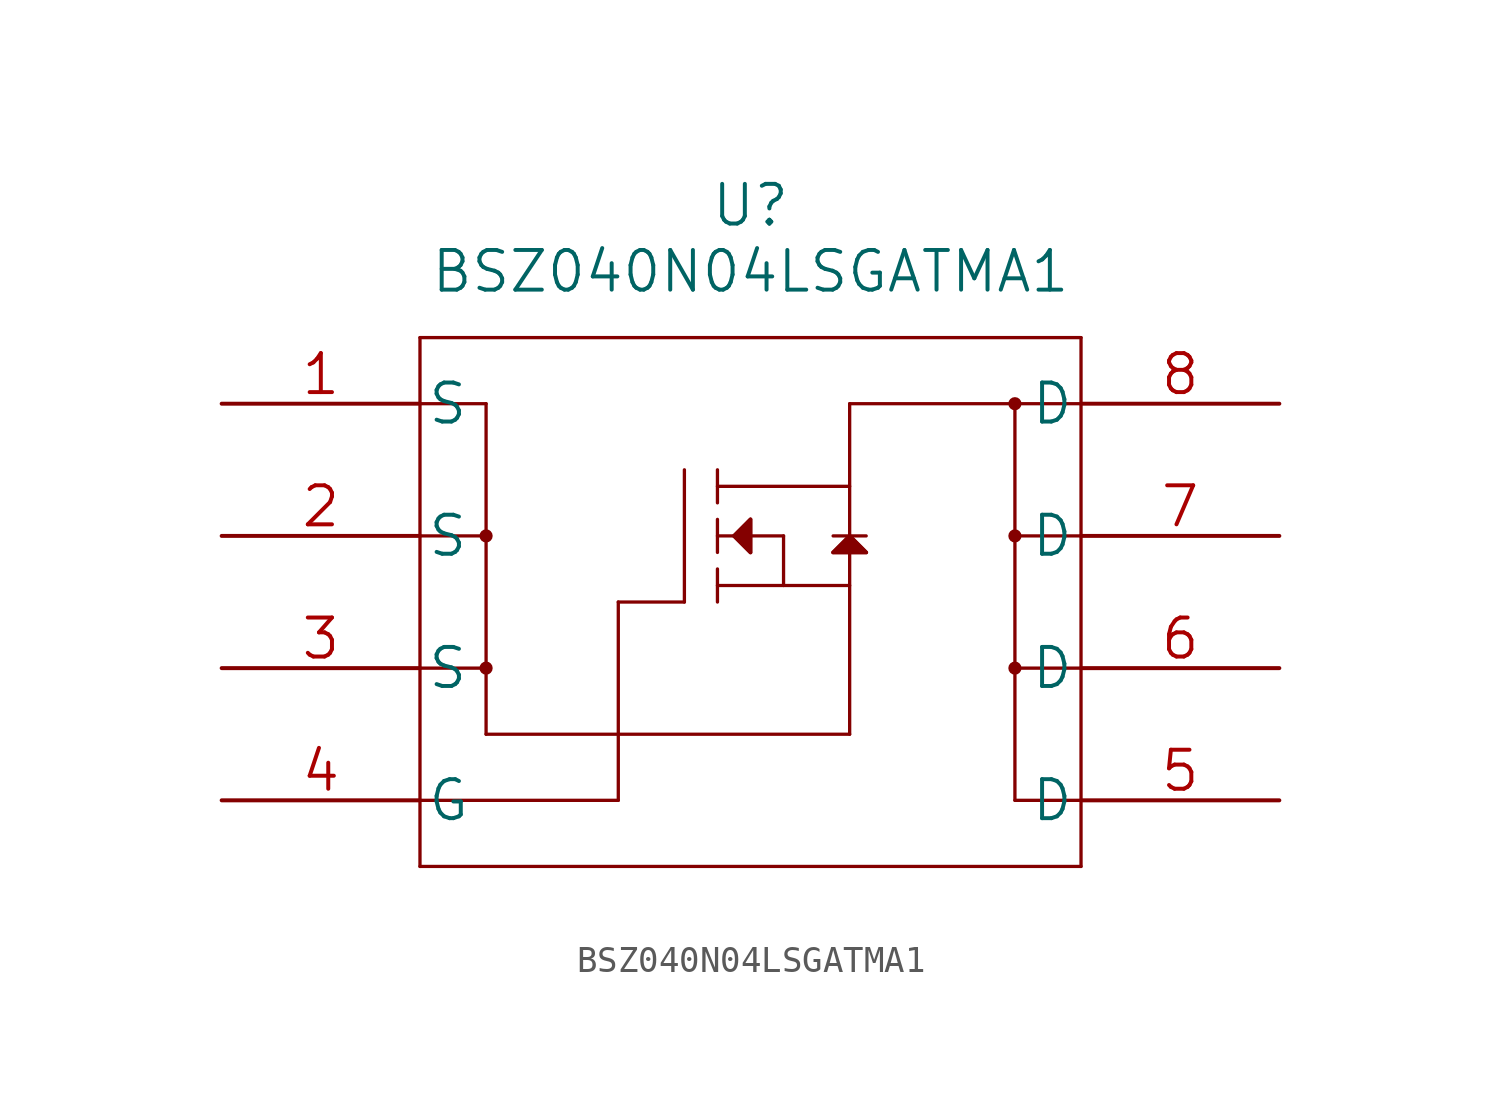
<source format=kicad_sym>
(kicad_symbol_lib
  (version 20201005)
  (generator kicad_symbol_editor)
  (symbol "BSZ040N04LSGATMA1"
    (pin_names
      (offset 0.254))
    (property "Reference" "U"
      (at 20.32 7.62 0)
      (effects (font (size 1.524 1.524))))
    (property "Value" "BSZ040N04LSGATMA1"
      (at 20.32 5.08 0)
      (effects (font (size 1.524 1.524))))
    (property "Datasheet" ""
      (at 0 0 0)
      (effects (font (size 1.524 1.524))))
    (property "ki_locked" ""
      (at 0 0 0)
      (effects (font (size 1.27 1.27))))
    (symbol "BSZ040N04LSGATMA1_1_1"
      (arc (start 10.16 -10.033) (end 10.16 -10.033) (radius (at 10.16 -10.16) (length 0.127) (angles 90 -90)) (stroke (width 0.254)) (fill (type none)))
      (arc (start 10.16 -4.953) (end 10.16 -4.953) (radius (at 10.16 -5.08) (length 0.127) (angles 90 -90)) (stroke (width 0.254)) (fill (type none)))
      (arc (start 30.48 -10.033) (end 30.48 -10.033) (radius (at 30.48 -10.16) (length 0.127) (angles 90 -90)) (stroke (width 0.254)) (fill (type none)))
      (arc (start 30.48 -4.953) (end 30.48 -4.953) (radius (at 30.48 -5.08) (length 0.127) (angles 90 -90)) (stroke (width 0.254)) (fill (type none)))
      (arc (start 30.48 0.127) (end 30.48 0.127) (radius (at 30.48 0) (length 0.127) (angles 90 -90)) (stroke (width 0.254)) (fill (type none)))
      (circle (center 10.16 -10.16) (radius 0.127) (stroke (width 0.254)) (fill (type none)))
      (circle (center 10.16 -5.08) (radius 0.127) (stroke (width 0.254)) (fill (type none)))
      (circle (center 30.48 -10.16) (radius 0.127) (stroke (width 0.254)) (fill (type none)))
      (circle (center 30.48 -5.08) (radius 0.127) (stroke (width 0.254)) (fill (type none)))
      (circle (center 30.48 0) (radius 0.127) (stroke (width 0.254)) (fill (type none)))
      (polyline (pts (xy 7.62 -17.78) (xy 33.02 -17.78)) (stroke (width 0.127)) (fill (type none)))
      (polyline (pts (xy 7.62 -15.24) (xy 15.24 -15.24)) (stroke (width 0.127)) (fill (type none)))
      (polyline (pts (xy 7.62 -10.16) (xy 10.16 -10.16)) (stroke (width 0.127)) (fill (type none)))
      (polyline (pts (xy 7.62 -5.08) (xy 10.16 -5.08)) (stroke (width 0.127)) (fill (type none)))
      (polyline (pts (xy 7.62 0) (xy 10.16 0)) (stroke (width 0.127)) (fill (type none)))
      (polyline (pts (xy 7.62 2.54) (xy 7.62 -17.78)) (stroke (width 0.127)) (fill (type none)))
      (polyline (pts (xy 10.16 0) (xy 10.16 -12.7)) (stroke (width 0.127)) (fill (type none)))
      (polyline (pts (xy 15.24 -7.62) (xy 15.24 -15.24)) (stroke (width 0.127)) (fill (type none)))
      (polyline (pts (xy 15.24 -7.62) (xy 17.78 -7.62)) (stroke (width 0.127)) (fill (type none)))
      (polyline (pts (xy 17.78 -2.54) (xy 17.78 -7.62)) (stroke (width 0.127)) (fill (type none)))
      (polyline (pts (xy 19.05 -6.985) (xy 24.13 -6.985)) (stroke (width 0.127)) (fill (type none)))
      (polyline (pts (xy 19.05 -6.35) (xy 19.05 -7.62)) (stroke (width 0.127)) (fill (type none)))
      (polyline (pts (xy 19.05 -5.08) (xy 21.59 -5.08)) (stroke (width 0.127)) (fill (type none)))
      (polyline (pts (xy 19.05 -4.445) (xy 19.05 -5.715)) (stroke (width 0.127)) (fill (type none)))
      (polyline (pts (xy 19.05 -3.175) (xy 24.13 -3.175)) (stroke (width 0.127)) (fill (type none)))
      (polyline (pts (xy 19.05 -2.54) (xy 19.05 -3.81)) (stroke (width 0.127)) (fill (type none)))
      (polyline (pts (xy 19.685 -5.08) (xy 20.32 -4.445)) (stroke (width 0.127)) (fill (type none)))
      (polyline (pts (xy 20.32 -5.715) (xy 19.685 -5.08)) (stroke (width 0.127)) (fill (type none)))
      (polyline (pts (xy 20.32 -4.445) (xy 20.32 -5.715)) (stroke (width 0.127)) (fill (type none)))
      (polyline (pts (xy 21.59 -5.08) (xy 21.59 -6.985)) (stroke (width 0.127)) (fill (type none)))
      (polyline (pts (xy 23.495 -5.715) (xy 24.765 -5.715)) (stroke (width 0.127)) (fill (type none)))
      (polyline (pts (xy 23.495 -5.08) (xy 24.765 -5.08)) (stroke (width 0.127)) (fill (type none)))
      (polyline (pts (xy 24.13 -12.7) (xy 10.16 -12.7)) (stroke (width 0.127)) (fill (type none)))
      (polyline (pts (xy 24.13 -5.08) (xy 23.495 -5.715)) (stroke (width 0.127)) (fill (type none)))
      (polyline (pts (xy 24.13 0) (xy 24.13 -12.7)) (stroke (width 0.127)) (fill (type none)))
      (polyline (pts (xy 24.13 0) (xy 33.02 0)) (stroke (width 0.127)) (fill (type none)))
      (polyline (pts (xy 24.765 -5.715) (xy 24.13 -5.08)) (stroke (width 0.127)) (fill (type none)))
      (polyline (pts (xy 30.48 -15.24) (xy 33.02 -15.24)) (stroke (width 0.127)) (fill (type none)))
      (polyline (pts (xy 30.48 -10.16) (xy 33.02 -10.16)) (stroke (width 0.127)) (fill (type none)))
      (polyline (pts (xy 30.48 -5.08) (xy 33.02 -5.08)) (stroke (width 0.127)) (fill (type none)))
      (polyline (pts (xy 30.48 0) (xy 30.48 -15.24)) (stroke (width 0.127)) (fill (type none)))
      (polyline (pts (xy 33.02 -17.78) (xy 33.02 2.54)) (stroke (width 0.127)) (fill (type none)))
      (polyline (pts (xy 33.02 2.54) (xy 7.62 2.54)) (stroke (width 0.127)) (fill (type none)))
      (polyline (pts (xy 19.685 -5.08) (xy 20.32 -4.445) (xy 20.32 -5.715) (xy 19.685 -5.08)) (stroke (width 0)) (fill (type outline)))
      (polyline (pts (xy 24.13 -5.08) (xy 23.495 -5.715) (xy 24.765 -5.715) (xy 24.13 -5.08)) (stroke (width 0)) (fill (type outline)))
      (pin unspecified line (at 0 0 0) (length 7.62) (name "S" (effects (font (size 1.499 1.499)))) (number "1" (effects (font (size 1.499 1.499)))))
      (pin unspecified line (at 0 -5.08 0) (length 7.62) (name "S" (effects (font (size 1.499 1.499)))) (number "2" (effects (font (size 1.499 1.499)))))
      (pin unspecified line (at 0 -10.16 0) (length 7.62) (name "S" (effects (font (size 1.499 1.499)))) (number "3" (effects (font (size 1.499 1.499)))))
      (pin unspecified line (at 0 -15.24 0) (length 7.62) (name "G" (effects (font (size 1.499 1.499)))) (number "4" (effects (font (size 1.499 1.499)))))
      (pin unspecified line (at 40.64 -15.24 180) (length 7.62) (name "D" (effects (font (size 1.499 1.499)))) (number "5" (effects (font (size 1.499 1.499)))))
      (pin unspecified line (at 40.64 -10.16 180) (length 7.62) (name "D" (effects (font (size 1.499 1.499)))) (number "6" (effects (font (size 1.499 1.499)))))
      (pin unspecified line (at 40.64 -5.08 180) (length 7.62) (name "D" (effects (font (size 1.499 1.499)))) (number "7" (effects (font (size 1.499 1.499)))))
      (pin unspecified line (at 40.64 0 180) (length 7.62) (name "D" (effects (font (size 1.499 1.499)))) (number "8" (effects (font (size 1.499 1.499))))))))
</source>
